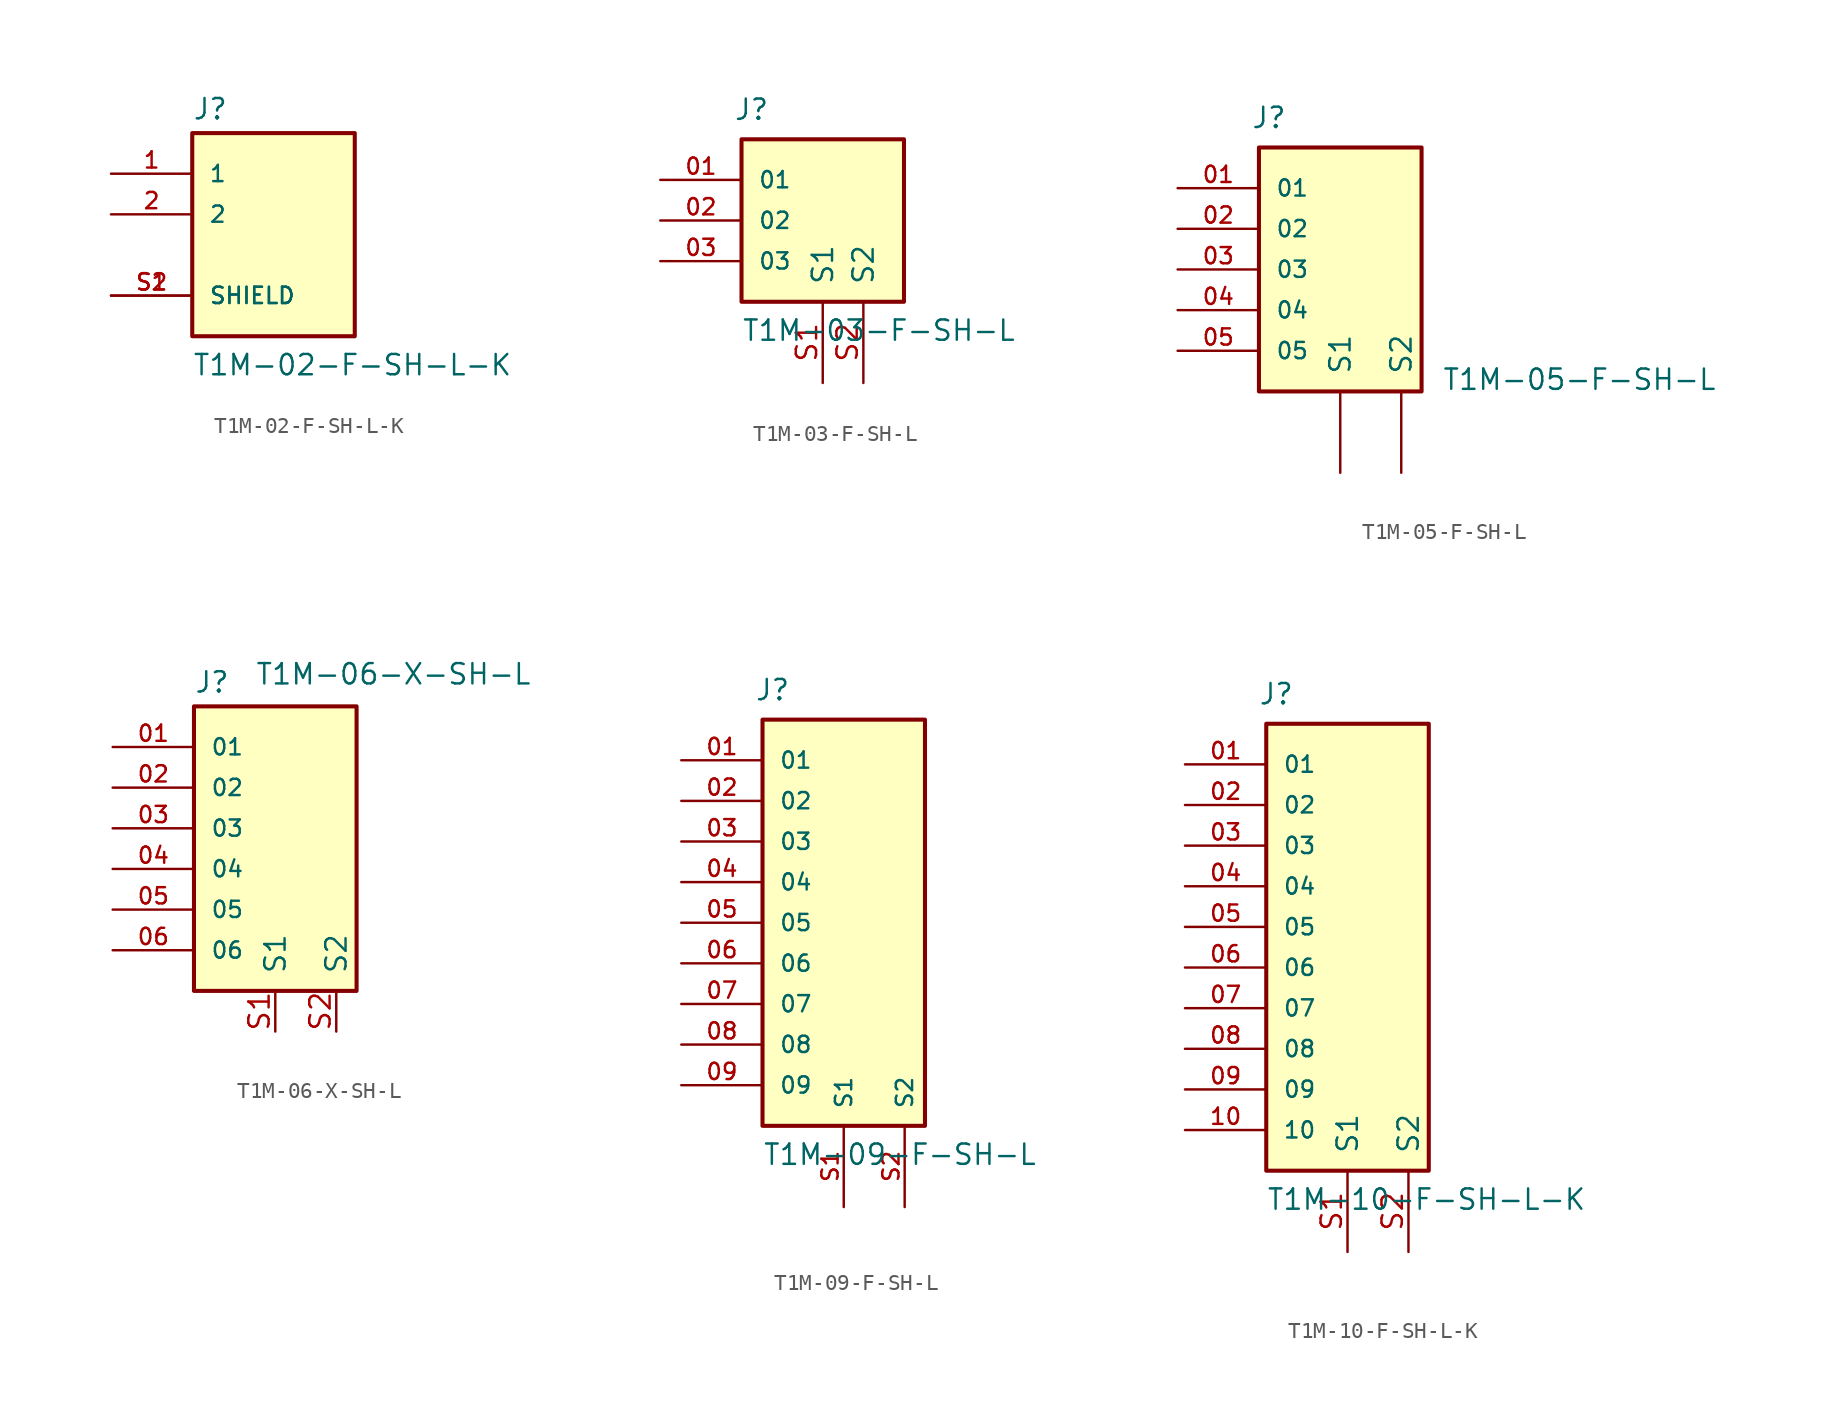
<source format=kicad_sym>
(kicad_symbol_lib
  (version 20220914)
  (generator kicad_symbol_editor)
  (symbol "T1M-02-F-SH-L-K"
    (pin_names
      (offset 1.016))
    (property "Reference" "J"
      (at -5.08 5.842 0)
      (effects (font (size 1.27 1.27)) (justify left bottom)))
    (property "Value" "T1M-02-F-SH-L-K"
      (at -5.08 -10.16 0)
      (effects (font (size 1.27 1.27)) (justify left bottom)))
    (symbol "T1M-02-F-SH-L-K_0_0"
      (rectangle (start -5.08 -7.62) (end 5.08 5.08) (stroke (width 0.254) (type default)) (fill (type background)))
      (pin passive line (at -10.16 2.54 0) (length 5.08) (name "1" (effects (font (size 1.016 1.016)))) (number "1" (effects (font (size 1.016 1.016)))))
      (pin passive line (at -10.16 0 0) (length 5.08) (name "2" (effects (font (size 1.016 1.016)))) (number "2" (effects (font (size 1.016 1.016)))))
      (pin passive line (at -10.16 -5.08 0) (length 5.08) (name "SHIELD" (effects (font (size 1.016 1.016)))) (number "S1" (effects (font (size 1.016 1.016)))))
      (pin passive line (at -10.16 -5.08 0) (length 5.08) (name "SHIELD" (effects (font (size 1.016 1.016)))) (number "S2" (effects (font (size 1.016 1.016)))))))
  (symbol "T1M-03-F-SH-L"
    (pin_names
      (offset 1.016))
    (property "Reference" "J"
      (at -5.58 6.196 0)
      (effects (font (size 1.27 1.27)) (justify left bottom)))
    (property "Value" "T1M-03-F-SH-L"
      (at -5.08 -7.62 0)
      (effects (font (size 1.27 1.27)) (justify left bottom)))
    (symbol "T1M-03-F-SH-L_0_0"
      (rectangle (start -5.08 -5.08) (end 5.08 5.08) (stroke (width 0.254) (type default)) (fill (type background)))
      (pin passive line (at -10.16 2.54 0) (length 5.08) (name "01" (effects (font (size 1.016 1.016)))) (number "01" (effects (font (size 1.016 1.016)))))
      (pin passive line (at -10.16 0 0) (length 5.08) (name "02" (effects (font (size 1.016 1.016)))) (number "02" (effects (font (size 1.016 1.016)))))
      (pin passive line (at -10.16 -2.54 0) (length 5.08) (name "03" (effects (font (size 1.016 1.016)))) (number "03" (effects (font (size 1.016 1.016))))))
    (symbol "T1M-03-F-SH-L_1_1"
      (pin passive line (at 0 -10.16 90) (length 5.08) (name "S1" (effects (font (size 1.27 1.27)))) (number "S1" (effects (font (size 1.27 1.27)))))
      (pin passive line (at 2.54 -10.16 90) (length 5.08) (name "S2" (effects (font (size 1.27 1.27)))) (number "S2" (effects (font (size 1.27 1.27)))))))
  (symbol "T1M-05-F-SH-L"
    (pin_names
      (offset 1.016))
    (property "Reference" "J"
      (at -5.58 8.736 0)
      (effects (font (size 1.27 1.27)) (justify left bottom)))
    (property "Value" "T1M-05-F-SH-L"
      (at 6.35 -7.62 0)
      (effects (font (size 1.27 1.27)) (justify left bottom)))
    (symbol "T1M-05-F-SH-L_0_0"
      (rectangle (start -5.08 -7.62) (end 5.08 7.62) (stroke (width 0.254) (type default)) (fill (type background)))
      (pin passive line (at -10.16 5.08 0) (length 5.08) (name "01" (effects (font (size 1.016 1.016)))) (number "01" (effects (font (size 1.016 1.016)))))
      (pin passive line (at -10.16 2.54 0) (length 5.08) (name "02" (effects (font (size 1.016 1.016)))) (number "02" (effects (font (size 1.016 1.016)))))
      (pin passive line (at -10.16 0 0) (length 5.08) (name "03" (effects (font (size 1.016 1.016)))) (number "03" (effects (font (size 1.016 1.016)))))
      (pin passive line (at -10.16 -2.54 0) (length 5.08) (name "04" (effects (font (size 1.016 1.016)))) (number "04" (effects (font (size 1.016 1.016)))))
      (pin passive line (at -10.16 -5.08 0) (length 5.08) (name "05" (effects (font (size 1.016 1.016)))) (number "05" (effects (font (size 1.016 1.016))))))
    (symbol "T1M-05-F-SH-L_0_1"
      (pin passive line (at 0 -12.7 90) (length 5.08) (name "S1" (effects (font (size 1.27 1.27)))) (number "" (effects (font (size 1.27 1.27)))))
      (pin passive line (at 3.81 -12.7 90) (length 5.08) (name "S2" (effects (font (size 1.27 1.27)))) (number "" (effects (font (size 1.27 1.27)))))))
  (symbol "T1M-06-X-SH-L"
    (pin_names
      (offset 1.016))
    (property "Reference" "J"
      (at -5.08 8.382 0)
      (effects (font (size 1.27 1.27)) (justify left bottom)))
    (property "Value" "T1M-06-X-SH-L"
      (at -1.27 8.89 0)
      (effects (font (size 1.27 1.27)) (justify left bottom)))
    (symbol "T1M-06-X-SH-L_0_0"
      (rectangle (start -5.08 -10.16) (end 5.08 7.62) (stroke (width 0.254) (type default)) (fill (type background)))
      (pin passive line (at -10.16 5.08 0) (length 5.08) (name "01" (effects (font (size 1.016 1.016)))) (number "01" (effects (font (size 1.016 1.016)))))
      (pin passive line (at -10.16 2.54 0) (length 5.08) (name "02" (effects (font (size 1.016 1.016)))) (number "02" (effects (font (size 1.016 1.016)))))
      (pin passive line (at -10.16 0 0) (length 5.08) (name "03" (effects (font (size 1.016 1.016)))) (number "03" (effects (font (size 1.016 1.016)))))
      (pin passive line (at -10.16 -2.54 0) (length 5.08) (name "04" (effects (font (size 1.016 1.016)))) (number "04" (effects (font (size 1.016 1.016)))))
      (pin passive line (at -10.16 -5.08 0) (length 5.08) (name "05" (effects (font (size 1.016 1.016)))) (number "05" (effects (font (size 1.016 1.016)))))
      (pin passive line (at -10.16 -7.62 0) (length 5.08) (name "06" (effects (font (size 1.016 1.016)))) (number "06" (effects (font (size 1.016 1.016))))))
    (symbol "T1M-06-X-SH-L_1_1"
      (pin passive line (at 0 -12.7 90) (length 2.54) (name "S1" (effects (font (size 1.27 1.27)))) (number "S1" (effects (font (size 1.27 1.27)))))
      (pin passive line (at 3.81 -12.7 90) (length 2.54) (name "S2" (effects (font (size 1.27 1.27)))) (number "S2" (effects (font (size 1.27 1.27)))))))
  (symbol "T1M-09-F-SH-L"
    (pin_names
      (offset 1.016))
    (property "Reference" "J"
      (at -5.58 13.816 0)
      (effects (font (size 1.27 1.27)) (justify left bottom)))
    (property "Value" "T1M-09-F-SH-L"
      (at -5.08 -15.24 0)
      (effects (font (size 1.27 1.27)) (justify left bottom)))
    (symbol "T1M-09-F-SH-L_0_0"
      (rectangle (start -5.08 -12.7) (end 5.08 12.7) (stroke (width 0.254) (type default)) (fill (type background)))
      (pin passive line (at -10.16 10.16 0) (length 5.08) (name "01" (effects (font (size 1.016 1.016)))) (number "01" (effects (font (size 1.016 1.016)))))
      (pin passive line (at -10.16 7.62 0) (length 5.08) (name "02" (effects (font (size 1.016 1.016)))) (number "02" (effects (font (size 1.016 1.016)))))
      (pin passive line (at -10.16 5.08 0) (length 5.08) (name "03" (effects (font (size 1.016 1.016)))) (number "03" (effects (font (size 1.016 1.016)))))
      (pin passive line (at -10.16 2.54 0) (length 5.08) (name "04" (effects (font (size 1.016 1.016)))) (number "04" (effects (font (size 1.016 1.016)))))
      (pin passive line (at -10.16 0 0) (length 5.08) (name "05" (effects (font (size 1.016 1.016)))) (number "05" (effects (font (size 1.016 1.016)))))
      (pin passive line (at -10.16 -2.54 0) (length 5.08) (name "06" (effects (font (size 1.016 1.016)))) (number "06" (effects (font (size 1.016 1.016)))))
      (pin passive line (at -10.16 -5.08 0) (length 5.08) (name "07" (effects (font (size 1.016 1.016)))) (number "07" (effects (font (size 1.016 1.016)))))
      (pin passive line (at -10.16 -7.62 0) (length 5.08) (name "08" (effects (font (size 1.016 1.016)))) (number "08" (effects (font (size 1.016 1.016)))))
      (pin passive line (at -10.16 -10.16 0) (length 5.08) (name "09" (effects (font (size 1.016 1.016)))) (number "09" (effects (font (size 1.016 1.016)))))
      (pin passive line (at 0 -17.78 90) (length 5.08) (name "S1" (effects (font (size 1.016 1.016)))) (number "S1" (effects (font (size 1.016 1.016)))))
      (pin passive line (at 3.81 -17.78 90) (length 5.08) (name "S2" (effects (font (size 1.016 1.016)))) (number "S2" (effects (font (size 1.016 1.016)))))))
  (symbol "T1M-10-F-SH-L-K"
    (pin_names
      (offset 1.016))
    (property "Reference" "J"
      (at -5.58 13.816 0)
      (effects (font (size 1.27 1.27)) (justify left bottom)))
    (property "Value" "T1M-10-F-SH-L-K"
      (at -5.08 -17.78 0)
      (effects (font (size 1.27 1.27)) (justify left bottom)))
    (symbol "T1M-10-F-SH-L-K_0_0"
      (rectangle (start -5.08 -15.24) (end 5.08 12.7) (stroke (width 0.254) (type default)) (fill (type background)))
      (pin passive line (at -10.16 10.16 0) (length 5.08) (name "01" (effects (font (size 1.016 1.016)))) (number "01" (effects (font (size 1.016 1.016)))))
      (pin passive line (at -10.16 7.62 0) (length 5.08) (name "02" (effects (font (size 1.016 1.016)))) (number "02" (effects (font (size 1.016 1.016)))))
      (pin passive line (at -10.16 5.08 0) (length 5.08) (name "03" (effects (font (size 1.016 1.016)))) (number "03" (effects (font (size 1.016 1.016)))))
      (pin passive line (at -10.16 2.54 0) (length 5.08) (name "04" (effects (font (size 1.016 1.016)))) (number "04" (effects (font (size 1.016 1.016)))))
      (pin passive line (at -10.16 0 0) (length 5.08) (name "05" (effects (font (size 1.016 1.016)))) (number "05" (effects (font (size 1.016 1.016)))))
      (pin passive line (at -10.16 -2.54 0) (length 5.08) (name "06" (effects (font (size 1.016 1.016)))) (number "06" (effects (font (size 1.016 1.016)))))
      (pin passive line (at -10.16 -5.08 0) (length 5.08) (name "07" (effects (font (size 1.016 1.016)))) (number "07" (effects (font (size 1.016 1.016)))))
      (pin passive line (at -10.16 -7.62 0) (length 5.08) (name "08" (effects (font (size 1.016 1.016)))) (number "08" (effects (font (size 1.016 1.016)))))
      (pin passive line (at -10.16 -10.16 0) (length 5.08) (name "09" (effects (font (size 1.016 1.016)))) (number "09" (effects (font (size 1.016 1.016)))))
      (pin passive line (at -10.16 -12.7 0) (length 5.08) (name "10" (effects (font (size 1.016 1.016)))) (number "10" (effects (font (size 1.016 1.016))))))
    (symbol "T1M-10-F-SH-L-K_1_1"
      (pin passive line (at 0 -20.32 90) (length 5.08) (name "S1" (effects (font (size 1.27 1.27)))) (number "S1" (effects (font (size 1.27 1.27)))))
      (pin passive line (at 3.81 -20.32 90) (length 5.08) (name "S2" (effects (font (size 1.27 1.27)))) (number "S2" (effects (font (size 1.27 1.27))))))))
</source>
